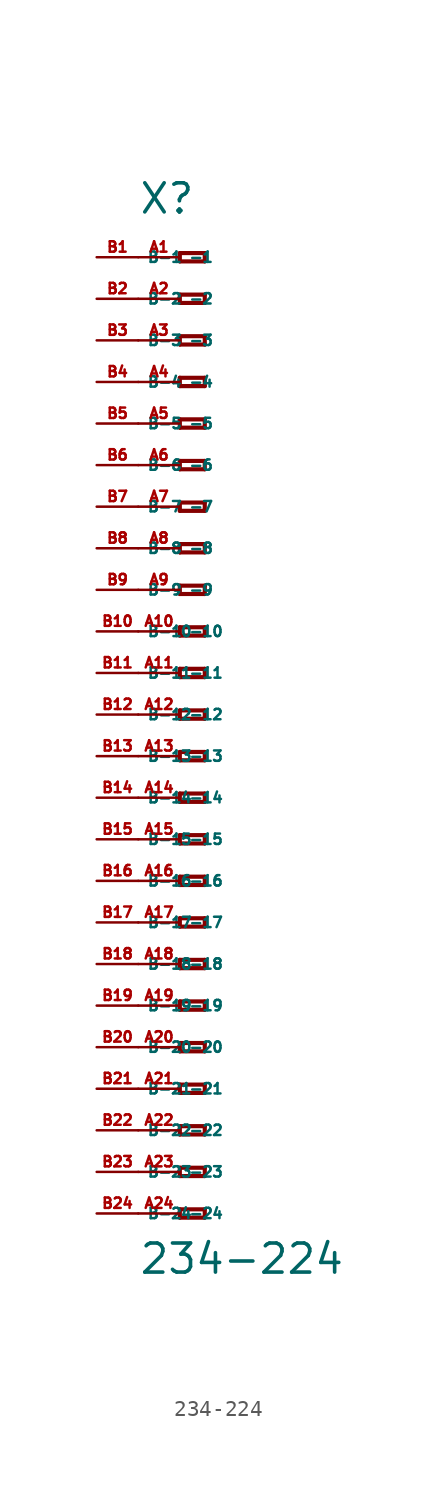
<source format=kicad_sym>
(kicad_symbol_lib
  (version 20220914)
  (generator Eagle2Kicad)
  (symbol "234-224"
    (property "Reference" "X"
      (at -5.08 30.48 0)
      (effects (font (size 1.778 1.778) (thickness 0.22)) (justify left bottom)))
    (property "Value" "234-224"
      (at -5.08 -34.29 0)
      (effects (font (size 1.778 1.778) (thickness 0.22)) (justify left bottom)))
    (polyline
      (pts (xy -2.54 28.194) (xy -2.54 27.686))
      (stroke (width 0.254) (type default))
      (fill (type none)))
    (polyline
      (pts (xy -2.54 27.686) (xy -1.016 27.686))
      (stroke (width 0.254) (type default))
      (fill (type none)))
    (polyline
      (pts (xy -1.016 27.686) (xy -1.016 28.194))
      (stroke (width 0.254) (type default))
      (fill (type none)))
    (polyline
      (pts (xy -1.016 28.194) (xy -2.54 28.194))
      (stroke (width 0.254) (type default))
      (fill (type none)))
    (polyline
      (pts (xy -2.54 25.654) (xy -2.54 25.146))
      (stroke (width 0.254) (type default))
      (fill (type none)))
    (polyline
      (pts (xy -2.54 25.146) (xy -1.016 25.146))
      (stroke (width 0.254) (type default))
      (fill (type none)))
    (polyline
      (pts (xy -1.016 25.146) (xy -1.016 25.654))
      (stroke (width 0.254) (type default))
      (fill (type none)))
    (polyline
      (pts (xy -1.016 25.654) (xy -2.54 25.654))
      (stroke (width 0.254) (type default))
      (fill (type none)))
    (polyline
      (pts (xy -2.54 23.114) (xy -2.54 22.606))
      (stroke (width 0.254) (type default))
      (fill (type none)))
    (polyline
      (pts (xy -2.54 22.606) (xy -1.016 22.606))
      (stroke (width 0.254) (type default))
      (fill (type none)))
    (polyline
      (pts (xy -1.016 22.606) (xy -1.016 23.114))
      (stroke (width 0.254) (type default))
      (fill (type none)))
    (polyline
      (pts (xy -1.016 23.114) (xy -2.54 23.114))
      (stroke (width 0.254) (type default))
      (fill (type none)))
    (polyline
      (pts (xy -2.54 20.574) (xy -2.54 20.066))
      (stroke (width 0.254) (type default))
      (fill (type none)))
    (polyline
      (pts (xy -2.54 20.066) (xy -1.016 20.066))
      (stroke (width 0.254) (type default))
      (fill (type none)))
    (polyline
      (pts (xy -1.016 20.066) (xy -1.016 20.574))
      (stroke (width 0.254) (type default))
      (fill (type none)))
    (polyline
      (pts (xy -1.016 20.574) (xy -2.54 20.574))
      (stroke (width 0.254) (type default))
      (fill (type none)))
    (polyline
      (pts (xy -2.54 18.034) (xy -2.54 17.526))
      (stroke (width 0.254) (type default))
      (fill (type none)))
    (polyline
      (pts (xy -2.54 17.526) (xy -1.016 17.526))
      (stroke (width 0.254) (type default))
      (fill (type none)))
    (polyline
      (pts (xy -1.016 17.526) (xy -1.016 18.034))
      (stroke (width 0.254) (type default))
      (fill (type none)))
    (polyline
      (pts (xy -1.016 18.034) (xy -2.54 18.034))
      (stroke (width 0.254) (type default))
      (fill (type none)))
    (polyline
      (pts (xy -2.54 15.494) (xy -2.54 14.986))
      (stroke (width 0.254) (type default))
      (fill (type none)))
    (polyline
      (pts (xy -2.54 14.986) (xy -1.016 14.986))
      (stroke (width 0.254) (type default))
      (fill (type none)))
    (polyline
      (pts (xy -1.016 14.986) (xy -1.016 15.494))
      (stroke (width 0.254) (type default))
      (fill (type none)))
    (polyline
      (pts (xy -1.016 15.494) (xy -2.54 15.494))
      (stroke (width 0.254) (type default))
      (fill (type none)))
    (polyline
      (pts (xy -2.54 12.954) (xy -2.54 12.446))
      (stroke (width 0.254) (type default))
      (fill (type none)))
    (polyline
      (pts (xy -2.54 12.446) (xy -1.016 12.446))
      (stroke (width 0.254) (type default))
      (fill (type none)))
    (polyline
      (pts (xy -1.016 12.446) (xy -1.016 12.954))
      (stroke (width 0.254) (type default))
      (fill (type none)))
    (polyline
      (pts (xy -1.016 12.954) (xy -2.54 12.954))
      (stroke (width 0.254) (type default))
      (fill (type none)))
    (polyline
      (pts (xy -2.54 10.414) (xy -2.54 9.906))
      (stroke (width 0.254) (type default))
      (fill (type none)))
    (polyline
      (pts (xy -2.54 9.906) (xy -1.016 9.906))
      (stroke (width 0.254) (type default))
      (fill (type none)))
    (polyline
      (pts (xy -1.016 9.906) (xy -1.016 10.414))
      (stroke (width 0.254) (type default))
      (fill (type none)))
    (polyline
      (pts (xy -1.016 10.414) (xy -2.54 10.414))
      (stroke (width 0.254) (type default))
      (fill (type none)))
    (polyline
      (pts (xy -2.54 7.874) (xy -2.54 7.366))
      (stroke (width 0.254) (type default))
      (fill (type none)))
    (polyline
      (pts (xy -2.54 7.366) (xy -1.016 7.366))
      (stroke (width 0.254) (type default))
      (fill (type none)))
    (polyline
      (pts (xy -1.016 7.366) (xy -1.016 7.874))
      (stroke (width 0.254) (type default))
      (fill (type none)))
    (polyline
      (pts (xy -1.016 7.874) (xy -2.54 7.874))
      (stroke (width 0.254) (type default))
      (fill (type none)))
    (polyline
      (pts (xy -2.54 5.334) (xy -2.54 4.826))
      (stroke (width 0.254) (type default))
      (fill (type none)))
    (polyline
      (pts (xy -2.54 4.826) (xy -1.016 4.826))
      (stroke (width 0.254) (type default))
      (fill (type none)))
    (polyline
      (pts (xy -1.016 4.826) (xy -1.016 5.334))
      (stroke (width 0.254) (type default))
      (fill (type none)))
    (polyline
      (pts (xy -1.016 5.334) (xy -2.54 5.334))
      (stroke (width 0.254) (type default))
      (fill (type none)))
    (polyline
      (pts (xy -2.54 2.794) (xy -2.54 2.286))
      (stroke (width 0.254) (type default))
      (fill (type none)))
    (polyline
      (pts (xy -2.54 2.286) (xy -1.016 2.286))
      (stroke (width 0.254) (type default))
      (fill (type none)))
    (polyline
      (pts (xy -1.016 2.286) (xy -1.016 2.794))
      (stroke (width 0.254) (type default))
      (fill (type none)))
    (polyline
      (pts (xy -1.016 2.794) (xy -2.54 2.794))
      (stroke (width 0.254) (type default))
      (fill (type none)))
    (polyline
      (pts (xy -2.54 0.254) (xy -2.54 -0.254))
      (stroke (width 0.254) (type default))
      (fill (type none)))
    (polyline
      (pts (xy -2.54 -0.254) (xy -1.016 -0.254))
      (stroke (width 0.254) (type default))
      (fill (type none)))
    (polyline
      (pts (xy -1.016 -0.254) (xy -1.016 0.254))
      (stroke (width 0.254) (type default))
      (fill (type none)))
    (polyline
      (pts (xy -1.016 0.254) (xy -2.54 0.254))
      (stroke (width 0.254) (type default))
      (fill (type none)))
    (polyline
      (pts (xy -2.54 -2.286) (xy -2.54 -2.794))
      (stroke (width 0.254) (type default))
      (fill (type none)))
    (polyline
      (pts (xy -2.54 -2.794) (xy -1.016 -2.794))
      (stroke (width 0.254) (type default))
      (fill (type none)))
    (polyline
      (pts (xy -1.016 -2.794) (xy -1.016 -2.286))
      (stroke (width 0.254) (type default))
      (fill (type none)))
    (polyline
      (pts (xy -1.016 -2.286) (xy -2.54 -2.286))
      (stroke (width 0.254) (type default))
      (fill (type none)))
    (polyline
      (pts (xy -2.54 -4.826) (xy -2.54 -5.334))
      (stroke (width 0.254) (type default))
      (fill (type none)))
    (polyline
      (pts (xy -2.54 -5.334) (xy -1.016 -5.334))
      (stroke (width 0.254) (type default))
      (fill (type none)))
    (polyline
      (pts (xy -1.016 -5.334) (xy -1.016 -4.826))
      (stroke (width 0.254) (type default))
      (fill (type none)))
    (polyline
      (pts (xy -1.016 -4.826) (xy -2.54 -4.826))
      (stroke (width 0.254) (type default))
      (fill (type none)))
    (polyline
      (pts (xy -2.54 -7.366) (xy -2.54 -7.874))
      (stroke (width 0.254) (type default))
      (fill (type none)))
    (polyline
      (pts (xy -2.54 -7.874) (xy -1.016 -7.874))
      (stroke (width 0.254) (type default))
      (fill (type none)))
    (polyline
      (pts (xy -1.016 -7.874) (xy -1.016 -7.366))
      (stroke (width 0.254) (type default))
      (fill (type none)))
    (polyline
      (pts (xy -1.016 -7.366) (xy -2.54 -7.366))
      (stroke (width 0.254) (type default))
      (fill (type none)))
    (polyline
      (pts (xy -2.54 -9.906) (xy -2.54 -10.414))
      (stroke (width 0.254) (type default))
      (fill (type none)))
    (polyline
      (pts (xy -2.54 -10.414) (xy -1.016 -10.414))
      (stroke (width 0.254) (type default))
      (fill (type none)))
    (polyline
      (pts (xy -1.016 -10.414) (xy -1.016 -9.906))
      (stroke (width 0.254) (type default))
      (fill (type none)))
    (polyline
      (pts (xy -1.016 -9.906) (xy -2.54 -9.906))
      (stroke (width 0.254) (type default))
      (fill (type none)))
    (polyline
      (pts (xy -2.54 -12.446) (xy -2.54 -12.954))
      (stroke (width 0.254) (type default))
      (fill (type none)))
    (polyline
      (pts (xy -2.54 -12.954) (xy -1.016 -12.954))
      (stroke (width 0.254) (type default))
      (fill (type none)))
    (polyline
      (pts (xy -1.016 -12.954) (xy -1.016 -12.446))
      (stroke (width 0.254) (type default))
      (fill (type none)))
    (polyline
      (pts (xy -1.016 -12.446) (xy -2.54 -12.446))
      (stroke (width 0.254) (type default))
      (fill (type none)))
    (polyline
      (pts (xy -2.54 -14.986) (xy -2.54 -15.494))
      (stroke (width 0.254) (type default))
      (fill (type none)))
    (polyline
      (pts (xy -2.54 -15.494) (xy -1.016 -15.494))
      (stroke (width 0.254) (type default))
      (fill (type none)))
    (polyline
      (pts (xy -1.016 -15.494) (xy -1.016 -14.986))
      (stroke (width 0.254) (type default))
      (fill (type none)))
    (polyline
      (pts (xy -1.016 -14.986) (xy -2.54 -14.986))
      (stroke (width 0.254) (type default))
      (fill (type none)))
    (polyline
      (pts (xy -2.54 -17.526) (xy -2.54 -18.034))
      (stroke (width 0.254) (type default))
      (fill (type none)))
    (polyline
      (pts (xy -2.54 -18.034) (xy -1.016 -18.034))
      (stroke (width 0.254) (type default))
      (fill (type none)))
    (polyline
      (pts (xy -1.016 -18.034) (xy -1.016 -17.526))
      (stroke (width 0.254) (type default))
      (fill (type none)))
    (polyline
      (pts (xy -1.016 -17.526) (xy -2.54 -17.526))
      (stroke (width 0.254) (type default))
      (fill (type none)))
    (polyline
      (pts (xy -2.54 -20.066) (xy -2.54 -20.574))
      (stroke (width 0.254) (type default))
      (fill (type none)))
    (polyline
      (pts (xy -2.54 -20.574) (xy -1.016 -20.574))
      (stroke (width 0.254) (type default))
      (fill (type none)))
    (polyline
      (pts (xy -1.016 -20.574) (xy -1.016 -20.066))
      (stroke (width 0.254) (type default))
      (fill (type none)))
    (polyline
      (pts (xy -1.016 -20.066) (xy -2.54 -20.066))
      (stroke (width 0.254) (type default))
      (fill (type none)))
    (polyline
      (pts (xy -2.54 -22.606) (xy -2.54 -23.114))
      (stroke (width 0.254) (type default))
      (fill (type none)))
    (polyline
      (pts (xy -2.54 -23.114) (xy -1.016 -23.114))
      (stroke (width 0.254) (type default))
      (fill (type none)))
    (polyline
      (pts (xy -1.016 -23.114) (xy -1.016 -22.606))
      (stroke (width 0.254) (type default))
      (fill (type none)))
    (polyline
      (pts (xy -1.016 -22.606) (xy -2.54 -22.606))
      (stroke (width 0.254) (type default))
      (fill (type none)))
    (polyline
      (pts (xy -2.54 -25.146) (xy -2.54 -25.654))
      (stroke (width 0.254) (type default))
      (fill (type none)))
    (polyline
      (pts (xy -2.54 -25.654) (xy -1.016 -25.654))
      (stroke (width 0.254) (type default))
      (fill (type none)))
    (polyline
      (pts (xy -1.016 -25.654) (xy -1.016 -25.146))
      (stroke (width 0.254) (type default))
      (fill (type none)))
    (polyline
      (pts (xy -1.016 -25.146) (xy -2.54 -25.146))
      (stroke (width 0.254) (type default))
      (fill (type none)))
    (polyline
      (pts (xy -2.54 -27.686) (xy -2.54 -28.194))
      (stroke (width 0.254) (type default))
      (fill (type none)))
    (polyline
      (pts (xy -2.54 -28.194) (xy -1.016 -28.194))
      (stroke (width 0.254) (type default))
      (fill (type none)))
    (polyline
      (pts (xy -1.016 -28.194) (xy -1.016 -27.686))
      (stroke (width 0.254) (type default))
      (fill (type none)))
    (polyline
      (pts (xy -1.016 -27.686) (xy -2.54 -27.686))
      (stroke (width 0.254) (type default))
      (fill (type none)))
    (polyline
      (pts (xy -2.54 -30.226) (xy -2.54 -30.734))
      (stroke (width 0.254) (type default))
      (fill (type none)))
    (polyline
      (pts (xy -2.54 -30.734) (xy -1.016 -30.734))
      (stroke (width 0.254) (type default))
      (fill (type none)))
    (polyline
      (pts (xy -1.016 -30.734) (xy -1.016 -30.226))
      (stroke (width 0.254) (type default))
      (fill (type none)))
    (polyline
      (pts (xy -1.016 -30.226) (xy -2.54 -30.226))
      (stroke (width 0.254) (type default))
      (fill (type none)))
    (pin passive line
      (at -5.08 27.94 0)
      (length 2.54)
      (name "-1" (effects (font (size 0.635 0.635) (thickness 0.08)) (justify left bottom)))
      (number "A1" (effects (font (size 0.635 0.635) (thickness 0.08)) (justify left bottom))))
    (pin passive line
      (at -5.08 25.4 0)
      (length 2.54)
      (name "-2" (effects (font (size 0.635 0.635) (thickness 0.08)) (justify left bottom)))
      (number "A2" (effects (font (size 0.635 0.635) (thickness 0.08)) (justify left bottom))))
    (pin passive line
      (at -5.08 22.86 0)
      (length 2.54)
      (name "-3" (effects (font (size 0.635 0.635) (thickness 0.08)) (justify left bottom)))
      (number "A3" (effects (font (size 0.635 0.635) (thickness 0.08)) (justify left bottom))))
    (pin passive line
      (at -5.08 20.32 0)
      (length 2.54)
      (name "-4" (effects (font (size 0.635 0.635) (thickness 0.08)) (justify left bottom)))
      (number "A4" (effects (font (size 0.635 0.635) (thickness 0.08)) (justify left bottom))))
    (pin passive line
      (at -5.08 17.78 0)
      (length 2.54)
      (name "-5" (effects (font (size 0.635 0.635) (thickness 0.08)) (justify left bottom)))
      (number "A5" (effects (font (size 0.635 0.635) (thickness 0.08)) (justify left bottom))))
    (pin passive line
      (at -5.08 15.24 0)
      (length 2.54)
      (name "-6" (effects (font (size 0.635 0.635) (thickness 0.08)) (justify left bottom)))
      (number "A6" (effects (font (size 0.635 0.635) (thickness 0.08)) (justify left bottom))))
    (pin passive line
      (at -5.08 12.7 0)
      (length 2.54)
      (name "-7" (effects (font (size 0.635 0.635) (thickness 0.08)) (justify left bottom)))
      (number "A7" (effects (font (size 0.635 0.635) (thickness 0.08)) (justify left bottom))))
    (pin passive line
      (at -5.08 10.16 0)
      (length 2.54)
      (name "-8" (effects (font (size 0.635 0.635) (thickness 0.08)) (justify left bottom)))
      (number "A8" (effects (font (size 0.635 0.635) (thickness 0.08)) (justify left bottom))))
    (pin passive line
      (at -5.08 7.62 0)
      (length 2.54)
      (name "-9" (effects (font (size 0.635 0.635) (thickness 0.08)) (justify left bottom)))
      (number "A9" (effects (font (size 0.635 0.635) (thickness 0.08)) (justify left bottom))))
    (pin passive line
      (at -5.08 5.08 0)
      (length 2.54)
      (name "-10" (effects (font (size 0.635 0.635) (thickness 0.08)) (justify left bottom)))
      (number "A10" (effects (font (size 0.635 0.635) (thickness 0.08)) (justify left bottom))))
    (pin passive line
      (at -5.08 2.54 0)
      (length 2.54)
      (name "-11" (effects (font (size 0.635 0.635) (thickness 0.08)) (justify left bottom)))
      (number "A11" (effects (font (size 0.635 0.635) (thickness 0.08)) (justify left bottom))))
    (pin passive line
      (at -5.08 0 0)
      (length 2.54)
      (name "-12" (effects (font (size 0.635 0.635) (thickness 0.08)) (justify left bottom)))
      (number "A12" (effects (font (size 0.635 0.635) (thickness 0.08)) (justify left bottom))))
    (pin passive line
      (at -5.08 -2.54 0)
      (length 2.54)
      (name "-13" (effects (font (size 0.635 0.635) (thickness 0.08)) (justify left bottom)))
      (number "A13" (effects (font (size 0.635 0.635) (thickness 0.08)) (justify left bottom))))
    (pin passive line
      (at -5.08 -5.08 0)
      (length 2.54)
      (name "-14" (effects (font (size 0.635 0.635) (thickness 0.08)) (justify left bottom)))
      (number "A14" (effects (font (size 0.635 0.635) (thickness 0.08)) (justify left bottom))))
    (pin passive line
      (at -5.08 -7.62 0)
      (length 2.54)
      (name "-15" (effects (font (size 0.635 0.635) (thickness 0.08)) (justify left bottom)))
      (number "A15" (effects (font (size 0.635 0.635) (thickness 0.08)) (justify left bottom))))
    (pin passive line
      (at -5.08 -10.16 0)
      (length 2.54)
      (name "-16" (effects (font (size 0.635 0.635) (thickness 0.08)) (justify left bottom)))
      (number "A16" (effects (font (size 0.635 0.635) (thickness 0.08)) (justify left bottom))))
    (pin passive line
      (at -5.08 -12.7 0)
      (length 2.54)
      (name "-17" (effects (font (size 0.635 0.635) (thickness 0.08)) (justify left bottom)))
      (number "A17" (effects (font (size 0.635 0.635) (thickness 0.08)) (justify left bottom))))
    (pin passive line
      (at -5.08 -15.24 0)
      (length 2.54)
      (name "-18" (effects (font (size 0.635 0.635) (thickness 0.08)) (justify left bottom)))
      (number "A18" (effects (font (size 0.635 0.635) (thickness 0.08)) (justify left bottom))))
    (pin passive line
      (at -5.08 -17.78 0)
      (length 2.54)
      (name "-19" (effects (font (size 0.635 0.635) (thickness 0.08)) (justify left bottom)))
      (number "A19" (effects (font (size 0.635 0.635) (thickness 0.08)) (justify left bottom))))
    (pin passive line
      (at -5.08 -20.32 0)
      (length 2.54)
      (name "-20" (effects (font (size 0.635 0.635) (thickness 0.08)) (justify left bottom)))
      (number "A20" (effects (font (size 0.635 0.635) (thickness 0.08)) (justify left bottom))))
    (pin passive line
      (at -5.08 -22.86 0)
      (length 2.54)
      (name "-21" (effects (font (size 0.635 0.635) (thickness 0.08)) (justify left bottom)))
      (number "A21" (effects (font (size 0.635 0.635) (thickness 0.08)) (justify left bottom))))
    (pin passive line
      (at -5.08 -25.4 0)
      (length 2.54)
      (name "-22" (effects (font (size 0.635 0.635) (thickness 0.08)) (justify left bottom)))
      (number "A22" (effects (font (size 0.635 0.635) (thickness 0.08)) (justify left bottom))))
    (pin passive line
      (at -5.08 -27.94 0)
      (length 2.54)
      (name "-23" (effects (font (size 0.635 0.635) (thickness 0.08)) (justify left bottom)))
      (number "A23" (effects (font (size 0.635 0.635) (thickness 0.08)) (justify left bottom))))
    (pin passive line
      (at -5.08 -30.48 0)
      (length 2.54)
      (name "-24" (effects (font (size 0.635 0.635) (thickness 0.08)) (justify left bottom)))
      (number "A24" (effects (font (size 0.635 0.635) (thickness 0.08)) (justify left bottom))))
    (pin passive line
      (at -7.62 -30.48 0)
      (length 2.54)
      (name "B-24" (effects (font (size 0.635 0.635) (thickness 0.08)) (justify left bottom)))
      (number "B24" (effects (font (size 0.635 0.635) (thickness 0.08)) (justify left bottom))))
    (pin passive line
      (at -7.62 27.94 0)
      (length 2.54)
      (name "B-1" (effects (font (size 0.635 0.635) (thickness 0.08)) (justify left bottom)))
      (number "B1" (effects (font (size 0.635 0.635) (thickness 0.08)) (justify left bottom))))
    (pin passive line
      (at -7.62 25.4 0)
      (length 2.54)
      (name "B-2" (effects (font (size 0.635 0.635) (thickness 0.08)) (justify left bottom)))
      (number "B2" (effects (font (size 0.635 0.635) (thickness 0.08)) (justify left bottom))))
    (pin passive line
      (at -7.62 22.86 0)
      (length 2.54)
      (name "B-3" (effects (font (size 0.635 0.635) (thickness 0.08)) (justify left bottom)))
      (number "B3" (effects (font (size 0.635 0.635) (thickness 0.08)) (justify left bottom))))
    (pin passive line
      (at -7.62 20.32 0)
      (length 2.54)
      (name "B-4" (effects (font (size 0.635 0.635) (thickness 0.08)) (justify left bottom)))
      (number "B4" (effects (font (size 0.635 0.635) (thickness 0.08)) (justify left bottom))))
    (pin passive line
      (at -7.62 17.78 0)
      (length 2.54)
      (name "B-5" (effects (font (size 0.635 0.635) (thickness 0.08)) (justify left bottom)))
      (number "B5" (effects (font (size 0.635 0.635) (thickness 0.08)) (justify left bottom))))
    (pin passive line
      (at -7.62 15.24 0)
      (length 2.54)
      (name "B-6" (effects (font (size 0.635 0.635) (thickness 0.08)) (justify left bottom)))
      (number "B6" (effects (font (size 0.635 0.635) (thickness 0.08)) (justify left bottom))))
    (pin passive line
      (at -7.62 12.7 0)
      (length 2.54)
      (name "B-7" (effects (font (size 0.635 0.635) (thickness 0.08)) (justify left bottom)))
      (number "B7" (effects (font (size 0.635 0.635) (thickness 0.08)) (justify left bottom))))
    (pin passive line
      (at -7.62 10.16 0)
      (length 2.54)
      (name "B-8" (effects (font (size 0.635 0.635) (thickness 0.08)) (justify left bottom)))
      (number "B8" (effects (font (size 0.635 0.635) (thickness 0.08)) (justify left bottom))))
    (pin passive line
      (at -7.62 7.62 0)
      (length 2.54)
      (name "B-9" (effects (font (size 0.635 0.635) (thickness 0.08)) (justify left bottom)))
      (number "B9" (effects (font (size 0.635 0.635) (thickness 0.08)) (justify left bottom))))
    (pin passive line
      (at -7.62 5.08 0)
      (length 2.54)
      (name "B-10" (effects (font (size 0.635 0.635) (thickness 0.08)) (justify left bottom)))
      (number "B10" (effects (font (size 0.635 0.635) (thickness 0.08)) (justify left bottom))))
    (pin passive line
      (at -7.62 2.54 0)
      (length 2.54)
      (name "B-11" (effects (font (size 0.635 0.635) (thickness 0.08)) (justify left bottom)))
      (number "B11" (effects (font (size 0.635 0.635) (thickness 0.08)) (justify left bottom))))
    (pin passive line
      (at -7.62 0 0)
      (length 2.54)
      (name "B-12" (effects (font (size 0.635 0.635) (thickness 0.08)) (justify left bottom)))
      (number "B12" (effects (font (size 0.635 0.635) (thickness 0.08)) (justify left bottom))))
    (pin passive line
      (at -7.62 -2.54 0)
      (length 2.54)
      (name "B-13" (effects (font (size 0.635 0.635) (thickness 0.08)) (justify left bottom)))
      (number "B13" (effects (font (size 0.635 0.635) (thickness 0.08)) (justify left bottom))))
    (pin passive line
      (at -7.62 -5.08 0)
      (length 2.54)
      (name "B-14" (effects (font (size 0.635 0.635) (thickness 0.08)) (justify left bottom)))
      (number "B14" (effects (font (size 0.635 0.635) (thickness 0.08)) (justify left bottom))))
    (pin passive line
      (at -7.62 -7.62 0)
      (length 2.54)
      (name "B-15" (effects (font (size 0.635 0.635) (thickness 0.08)) (justify left bottom)))
      (number "B15" (effects (font (size 0.635 0.635) (thickness 0.08)) (justify left bottom))))
    (pin passive line
      (at -7.62 -10.16 0)
      (length 2.54)
      (name "B-16" (effects (font (size 0.635 0.635) (thickness 0.08)) (justify left bottom)))
      (number "B16" (effects (font (size 0.635 0.635) (thickness 0.08)) (justify left bottom))))
    (pin passive line
      (at -7.62 -12.7 0)
      (length 2.54)
      (name "B-17" (effects (font (size 0.635 0.635) (thickness 0.08)) (justify left bottom)))
      (number "B17" (effects (font (size 0.635 0.635) (thickness 0.08)) (justify left bottom))))
    (pin passive line
      (at -7.62 -15.24 0)
      (length 2.54)
      (name "B-18" (effects (font (size 0.635 0.635) (thickness 0.08)) (justify left bottom)))
      (number "B18" (effects (font (size 0.635 0.635) (thickness 0.08)) (justify left bottom))))
    (pin passive line
      (at -7.62 -17.78 0)
      (length 2.54)
      (name "B-19" (effects (font (size 0.635 0.635) (thickness 0.08)) (justify left bottom)))
      (number "B19" (effects (font (size 0.635 0.635) (thickness 0.08)) (justify left bottom))))
    (pin passive line
      (at -7.62 -20.32 0)
      (length 2.54)
      (name "B-20" (effects (font (size 0.635 0.635) (thickness 0.08)) (justify left bottom)))
      (number "B20" (effects (font (size 0.635 0.635) (thickness 0.08)) (justify left bottom))))
    (pin passive line
      (at -7.62 -22.86 0)
      (length 2.54)
      (name "B-21" (effects (font (size 0.635 0.635) (thickness 0.08)) (justify left bottom)))
      (number "B21" (effects (font (size 0.635 0.635) (thickness 0.08)) (justify left bottom))))
    (pin passive line
      (at -7.62 -25.4 0)
      (length 2.54)
      (name "B-22" (effects (font (size 0.635 0.635) (thickness 0.08)) (justify left bottom)))
      (number "B22" (effects (font (size 0.635 0.635) (thickness 0.08)) (justify left bottom))))
    (pin passive line
      (at -7.62 -27.94 0)
      (length 2.54)
      (name "B-23" (effects (font (size 0.635 0.635) (thickness 0.08)) (justify left bottom)))
      (number "B23" (effects (font (size 0.635 0.635) (thickness 0.08)) (justify left bottom))))))
</source>
